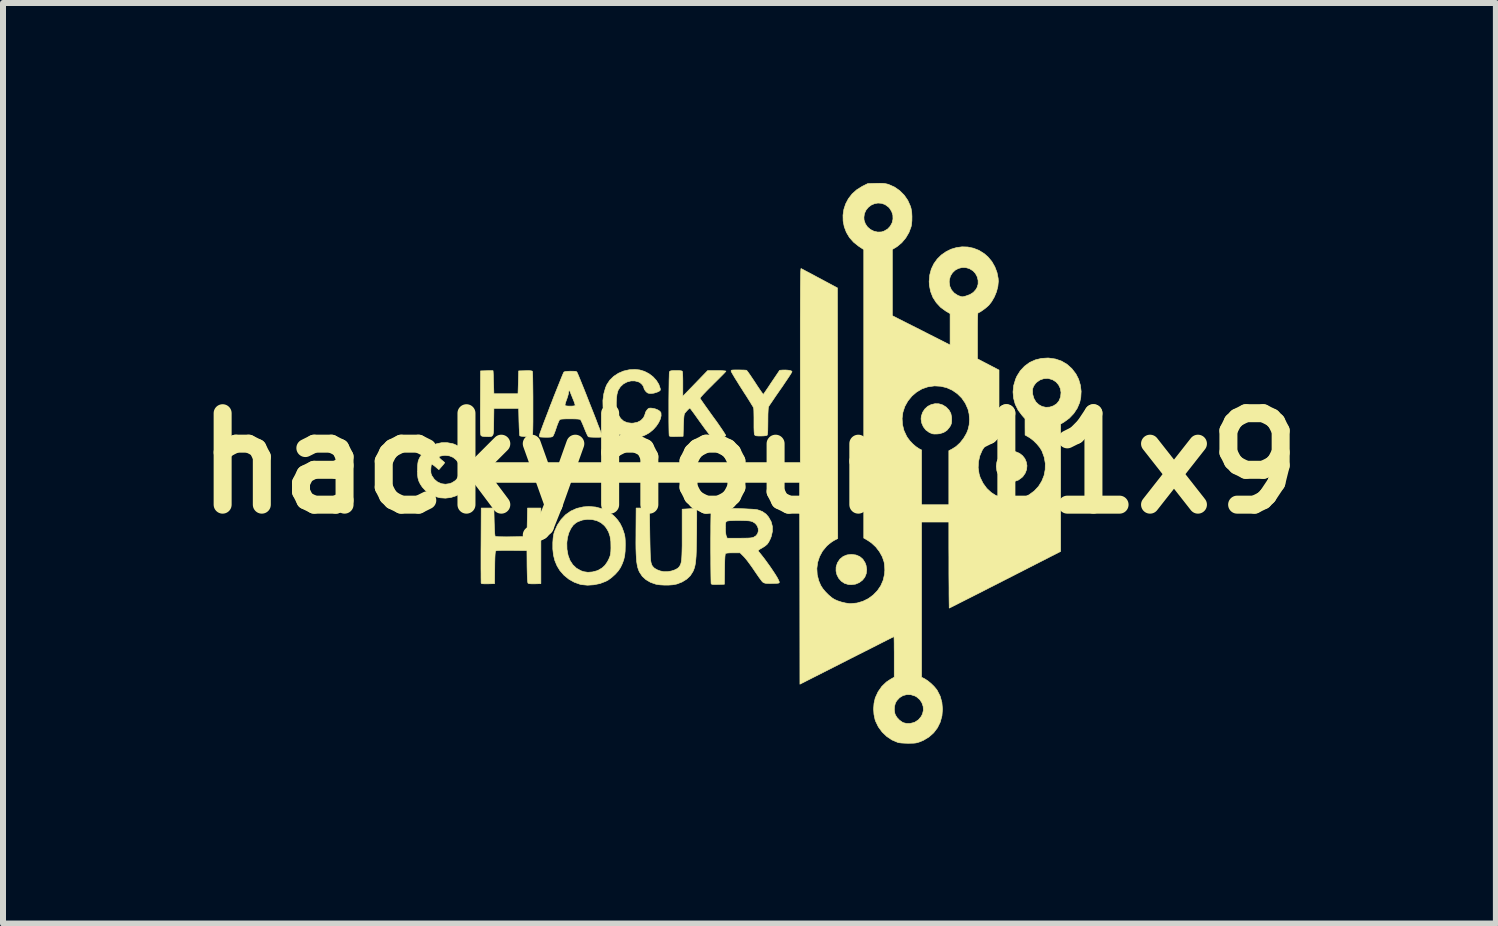
<source format=kicad_pcb>
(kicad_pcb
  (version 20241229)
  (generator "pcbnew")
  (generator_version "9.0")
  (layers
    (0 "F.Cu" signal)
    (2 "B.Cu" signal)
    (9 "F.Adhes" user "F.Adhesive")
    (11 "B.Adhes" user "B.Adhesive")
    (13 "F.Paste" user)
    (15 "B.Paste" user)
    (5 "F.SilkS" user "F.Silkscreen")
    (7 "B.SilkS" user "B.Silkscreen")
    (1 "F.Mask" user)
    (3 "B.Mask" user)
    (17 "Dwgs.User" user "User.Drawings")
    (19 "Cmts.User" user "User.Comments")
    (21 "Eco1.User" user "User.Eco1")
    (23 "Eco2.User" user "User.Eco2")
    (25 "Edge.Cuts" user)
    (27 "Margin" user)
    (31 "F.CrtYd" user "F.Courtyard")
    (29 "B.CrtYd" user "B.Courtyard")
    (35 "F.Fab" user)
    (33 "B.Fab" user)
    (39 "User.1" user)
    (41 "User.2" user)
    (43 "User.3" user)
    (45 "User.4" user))
  (footprint "hackyhour_11x9"
    (layer "F.Cu")
    (at 9.442 4.672)
    (property "Reference" "hackyhour_11x9" (at 0 0 0) (layer "F.SilkS") (effects (font (size 1.524 1.524) (thickness 0.3))))
    (attr through_hole)
    (fp_poly (pts (xy 1.774 1.528) (xy 1.838 1.555) (xy 1.889 1.598) (xy 1.927 1.658) (xy 1.943 1.701) (xy 1.954 1.772) (xy 1.946 1.839) (xy 1.922 1.899) (xy 1.882 1.949) (xy 1.83 1.988) (xy 1.768 2.014) (xy 1.697 2.023) (xy 1.648 2.02) (xy 1.585 2.001) (xy 1.531 1.965) (xy 1.488 1.917) (xy 1.458 1.859) (xy 1.443 1.796) (xy 1.444 1.73) (xy 1.464 1.666) (xy 1.467 1.658) (xy 1.508 1.597) (xy 1.562 1.553) (xy 1.626 1.527) (xy 1.699 1.519) (xy 1.774 1.528)) (stroke (width 0.01) (type solid)) (fill yes) (layer "F.SilkS"))
    (fp_poly (pts (xy 4.439 -0.192) (xy 4.501 -0.166) (xy 4.551 -0.127) (xy 4.59 -0.078) (xy 4.614 -0.021) (xy 4.625 0.04) (xy 4.619 0.103) (xy 4.596 0.164) (xy 4.556 0.222) (xy 4.541 0.236) (xy 4.481 0.28) (xy 4.415 0.303) (xy 4.346 0.306) (xy 4.276 0.289) (xy 4.26 0.282) (xy 4.197 0.242) (xy 4.151 0.191) (xy 4.124 0.129) (xy 4.114 0.054) (xy 4.114 0.047) (xy 4.124 -0.024) (xy 4.152 -0.087) (xy 4.195 -0.138) (xy 4.251 -0.175) (xy 4.318 -0.197) (xy 4.368 -0.201) (xy 4.439 -0.192)) (stroke (width 0.01) (type solid)) (fill yes) (layer "F.SilkS"))
    (fp_poly (pts (xy 3.156 -0.992) (xy 3.219 -0.973) (xy 3.279 -0.936) (xy 3.281 -0.934) (xy 3.327 -0.885) (xy 3.356 -0.832) (xy 3.369 -0.769) (xy 3.37 -0.735) (xy 3.369 -0.691) (xy 3.364 -0.66) (xy 3.353 -0.632) (xy 3.339 -0.608) (xy 3.294 -0.552) (xy 3.237 -0.514) (xy 3.169 -0.493) (xy 3.128 -0.489) (xy 3.085 -0.488) (xy 3.053 -0.491) (xy 3.024 -0.502) (xy 2.995 -0.515) (xy 2.94 -0.555) (xy 2.898 -0.609) (xy 2.871 -0.671) (xy 2.86 -0.738) (xy 2.864 -0.782) (xy 2.886 -0.849) (xy 2.923 -0.905) (xy 2.971 -0.949) (xy 3.028 -0.978) (xy 3.091 -0.993) (xy 3.156 -0.992)) (stroke (width 0.01) (type solid)) (fill yes) (layer "F.SilkS"))
    (fp_poly (pts (xy -4.255 0.976) (xy -4.252 1.056) (xy -4.249 1.122) (xy -4.246 1.172) (xy -4.242 1.204) (xy -4.238 1.217) (xy -4.223 1.221) (xy -4.187 1.224) (xy -4.129 1.225) (xy -4.051 1.226) (xy -3.968 1.225) (xy -3.709 1.222) (xy -3.704 0.984) (xy -3.699 0.746) (xy -3.477 0.746) (xy -3.477 2.006) (xy -3.578 2.009) (xy -3.63 2.009) (xy -3.665 2.007) (xy -3.685 2.002) (xy -3.692 1.997) (xy -3.696 1.981) (xy -3.7 1.945) (xy -3.703 1.887) (xy -3.705 1.81) (xy -3.707 1.719) (xy -3.709 1.455) (xy -3.965 1.452) (xy -4.048 1.452) (xy -4.113 1.452) (xy -4.161 1.453) (xy -4.195 1.454) (xy -4.216 1.457) (xy -4.229 1.461) (xy -4.232 1.464) (xy -4.236 1.48) (xy -4.24 1.518) (xy -4.243 1.576) (xy -4.245 1.655) (xy -4.246 1.742) (xy -4.249 2.006) (xy -4.358 2.009) (xy -4.411 2.009) (xy -4.446 2.008) (xy -4.465 2.004) (xy -4.472 1.998) (xy -4.473 1.985) (xy -4.473 1.953) (xy -4.474 1.904) (xy -4.474 1.839) (xy -4.475 1.76) (xy -4.475 1.67) (xy -4.475 1.571) (xy -4.475 1.463) (xy -4.474 1.365) (xy -4.471 0.746) (xy -4.26 0.746) (xy -4.255 0.976)) (stroke (width 0.01) (type solid)) (fill yes) (layer "F.SilkS"))
    (fp_poly (pts (xy -4.278 -1.544) (xy -4.274 -1.543) (xy -4.273 -1.532) (xy -4.271 -1.503) (xy -4.269 -1.46) (xy -4.268 -1.406) (xy -4.266 -1.349) (xy -4.26 -1.159) (xy -3.858 -1.159) (xy -3.852 -1.349) (xy -3.847 -1.54) (xy -3.737 -1.543) (xy -3.682 -1.544) (xy -3.646 -1.542) (xy -3.625 -1.538) (xy -3.618 -1.532) (xy -3.616 -1.519) (xy -3.615 -1.487) (xy -3.613 -1.438) (xy -3.612 -1.374) (xy -3.611 -1.297) (xy -3.61 -1.21) (xy -3.609 -1.113) (xy -3.609 -1.01) (xy -3.609 -0.993) (xy -3.609 -0.874) (xy -3.609 -0.774) (xy -3.609 -0.692) (xy -3.61 -0.626) (xy -3.611 -0.574) (xy -3.612 -0.534) (xy -3.613 -0.505) (xy -3.615 -0.485) (xy -3.618 -0.471) (xy -3.621 -0.463) (xy -3.625 -0.458) (xy -3.63 -0.455) (xy -3.631 -0.454) (xy -3.652 -0.449) (xy -3.685 -0.447) (xy -3.726 -0.446) (xy -3.767 -0.448) (xy -3.801 -0.451) (xy -3.824 -0.456) (xy -3.828 -0.459) (xy -3.831 -0.471) (xy -3.833 -0.502) (xy -3.836 -0.547) (xy -3.839 -0.604) (xy -3.841 -0.669) (xy -3.842 -0.691) (xy -3.847 -0.915) (xy -4.26 -0.915) (xy -4.263 -0.693) (xy -4.264 -0.614) (xy -4.265 -0.554) (xy -4.268 -0.51) (xy -4.274 -0.48) (xy -4.284 -0.461) (xy -4.299 -0.45) (xy -4.32 -0.445) (xy -4.349 -0.444) (xy -4.376 -0.445) (xy -4.419 -0.446) (xy -4.453 -0.451) (xy -4.47 -0.458) (xy -4.474 -0.462) (xy -4.477 -0.469) (xy -4.48 -0.482) (xy -4.482 -0.501) (xy -4.484 -0.528) (xy -4.485 -0.566) (xy -4.485 -0.615) (xy -4.486 -0.678) (xy -4.486 -0.757) (xy -4.486 -0.852) (xy -4.485 -0.967) (xy -4.485 -1.005) (xy -4.482 -1.54) (xy -4.379 -1.543) (xy -4.335 -1.544) (xy -4.3 -1.544) (xy -4.278 -1.544)) (stroke (width 0.01) (type solid)) (fill yes) (layer "F.SilkS"))
    (fp_poly (pts (xy -0.887 0.746) (xy -0.884 0.753) (xy -0.882 0.767) (xy -0.88 0.789) (xy -0.879 0.822) (xy -0.879 0.867) (xy -0.879 0.926) (xy -0.88 1.002) (xy -0.88 1.095) (xy -0.881 1.171) (xy -0.883 1.292) (xy -0.885 1.394) (xy -0.887 1.48) (xy -0.89 1.551) (xy -0.895 1.609) (xy -0.9 1.658) (xy -0.907 1.698) (xy -0.915 1.733) (xy -0.925 1.763) (xy -0.937 1.793) (xy -0.944 1.807) (xy -0.987 1.874) (xy -1.047 1.931) (xy -1.123 1.978) (xy -1.211 2.012) (xy -1.225 2.015) (xy -1.28 2.025) (xy -1.348 2.03) (xy -1.421 2.03) (xy -1.491 2.026) (xy -1.551 2.017) (xy -1.558 2.016) (xy -1.648 1.985) (xy -1.725 1.94) (xy -1.787 1.883) (xy -1.832 1.815) (xy -1.837 1.806) (xy -1.851 1.771) (xy -1.863 1.734) (xy -1.872 1.691) (xy -1.88 1.64) (xy -1.885 1.58) (xy -1.889 1.509) (xy -1.892 1.423) (xy -1.893 1.322) (xy -1.892 1.202) (xy -1.892 1.143) (xy -1.889 0.746) (xy -1.667 0.746) (xy -1.661 1.185) (xy -1.659 1.298) (xy -1.657 1.392) (xy -1.655 1.469) (xy -1.653 1.531) (xy -1.65 1.581) (xy -1.647 1.619) (xy -1.642 1.649) (xy -1.636 1.672) (xy -1.629 1.691) (xy -1.621 1.708) (xy -1.613 1.719) (xy -1.584 1.749) (xy -1.539 1.775) (xy -1.485 1.795) (xy -1.428 1.807) (xy -1.422 1.807) (xy -1.364 1.806) (xy -1.304 1.796) (xy -1.248 1.778) (xy -1.203 1.755) (xy -1.183 1.739) (xy -1.169 1.722) (xy -1.157 1.704) (xy -1.147 1.683) (xy -1.139 1.656) (xy -1.133 1.622) (xy -1.129 1.579) (xy -1.126 1.524) (xy -1.124 1.456) (xy -1.122 1.372) (xy -1.122 1.271) (xy -1.122 1.18) (xy -1.122 0.765) (xy -1.019 0.759) (xy -0.972 0.756) (xy -0.932 0.752) (xy -0.904 0.748) (xy -0.896 0.746) (xy -0.891 0.745) (xy -0.887 0.746)) (stroke (width 0.01) (type solid)) (fill yes) (layer "F.SilkS"))
    (fp_poly (pts (xy -2.566 0.729) (xy -2.46 0.757) (xy -2.363 0.801) (xy -2.277 0.862) (xy -2.247 0.89) (xy -2.195 0.948) (xy -2.155 1.007) (xy -2.122 1.074) (xy -2.099 1.138) (xy -2.087 1.175) (xy -2.079 1.208) (xy -2.074 1.243) (xy -2.071 1.285) (xy -2.07 1.339) (xy -2.07 1.371) (xy -2.072 1.463) (xy -2.08 1.54) (xy -2.096 1.609) (xy -2.121 1.676) (xy -2.151 1.739) (xy -2.187 1.793) (xy -2.238 1.85) (xy -2.297 1.903) (xy -2.357 1.947) (xy -2.395 1.967) (xy -2.491 2.004) (xy -2.595 2.025) (xy -2.699 2.032) (xy -2.799 2.022) (xy -2.823 2.017) (xy -2.919 1.983) (xy -3.01 1.932) (xy -3.092 1.865) (xy -3.16 1.787) (xy -3.207 1.71) (xy -3.244 1.622) (xy -3.267 1.53) (xy -3.278 1.429) (xy -3.278 1.323) (xy -3.278 1.321) (xy -3.044 1.321) (xy -3.042 1.433) (xy -3.024 1.533) (xy -2.992 1.619) (xy -2.945 1.691) (xy -2.884 1.749) (xy -2.809 1.791) (xy -2.763 1.807) (xy -2.693 1.817) (xy -2.617 1.811) (xy -2.541 1.791) (xy -2.512 1.778) (xy -2.454 1.743) (xy -2.407 1.699) (xy -2.367 1.641) (xy -2.345 1.599) (xy -2.331 1.566) (xy -2.321 1.537) (xy -2.315 1.507) (xy -2.311 1.468) (xy -2.309 1.414) (xy -2.309 1.406) (xy -2.311 1.304) (xy -2.324 1.217) (xy -2.349 1.142) (xy -2.388 1.076) (xy -2.42 1.037) (xy -2.476 0.99) (xy -2.545 0.956) (xy -2.621 0.938) (xy -2.701 0.934) (xy -2.781 0.945) (xy -2.857 0.972) (xy -2.891 0.991) (xy -2.938 1.031) (xy -2.978 1.089) (xy -3.011 1.159) (xy -3.033 1.238) (xy -3.044 1.321) (xy -3.278 1.321) (xy -3.272 1.243) (xy -3.262 1.18) (xy -3.251 1.14) (xy -3.202 1.03) (xy -3.139 0.936) (xy -3.064 0.857) (xy -2.977 0.796) (xy -2.879 0.752) (xy -2.772 0.727) (xy -2.677 0.72) (xy -2.566 0.729)) (stroke (width 0.01) (type solid)) (fill yes) (layer "F.SilkS"))
    (fp_poly (pts (xy -0.137 -1.555) (xy -0.094 -1.554) (xy -0.063 -1.552) (xy -0.049 -1.55) (xy -0.039 -1.539) (xy -0.02 -1.514) (xy 0.007 -1.476) (xy 0.04 -1.427) (xy 0.077 -1.372) (xy 0.096 -1.343) (xy 0.133 -1.286) (xy 0.167 -1.236) (xy 0.195 -1.195) (xy 0.217 -1.165) (xy 0.229 -1.15) (xy 0.232 -1.149) (xy 0.239 -1.159) (xy 0.257 -1.185) (xy 0.282 -1.222) (xy 0.315 -1.27) (xy 0.351 -1.325) (xy 0.37 -1.353) (xy 0.503 -1.55) (xy 0.55 -1.554) (xy 0.598 -1.555) (xy 0.642 -1.552) (xy 0.679 -1.546) (xy 0.702 -1.537) (xy 0.709 -1.528) (xy 0.703 -1.516) (xy 0.687 -1.488) (xy 0.661 -1.448) (xy 0.627 -1.397) (xy 0.587 -1.338) (xy 0.543 -1.272) (xy 0.52 -1.24) (xy 0.473 -1.172) (xy 0.429 -1.109) (xy 0.391 -1.052) (xy 0.359 -1.005) (xy 0.335 -0.97) (xy 0.322 -0.949) (xy 0.319 -0.945) (xy 0.314 -0.924) (xy 0.311 -0.882) (xy 0.308 -0.819) (xy 0.307 -0.736) (xy 0.307 -0.701) (xy 0.306 -0.618) (xy 0.305 -0.555) (xy 0.303 -0.51) (xy 0.299 -0.482) (xy 0.295 -0.468) (xy 0.294 -0.468) (xy 0.276 -0.461) (xy 0.24 -0.457) (xy 0.189 -0.455) (xy 0.143 -0.456) (xy 0.115 -0.458) (xy 0.098 -0.463) (xy 0.088 -0.471) (xy 0.084 -0.477) (xy 0.08 -0.497) (xy 0.077 -0.537) (xy 0.075 -0.596) (xy 0.075 -0.672) (xy 0.075 -0.702) (xy 0.075 -0.766) (xy 0.074 -0.825) (xy 0.073 -0.873) (xy 0.071 -0.908) (xy 0.068 -0.926) (xy 0.068 -0.926) (xy 0.061 -0.94) (xy 0.043 -0.969) (xy 0.017 -1.012) (xy -0.016 -1.065) (xy -0.055 -1.127) (xy -0.099 -1.194) (xy -0.12 -1.228) (xy -0.165 -1.298) (xy -0.205 -1.363) (xy -0.241 -1.42) (xy -0.27 -1.469) (xy -0.291 -1.505) (xy -0.303 -1.527) (xy -0.305 -1.532) (xy -0.306 -1.542) (xy -0.303 -1.549) (xy -0.292 -1.553) (xy -0.269 -1.555) (xy -0.232 -1.556) (xy -0.187 -1.556) (xy -0.137 -1.555)) (stroke (width 0.01) (type solid)) (fill yes) (layer "F.SilkS"))
    (fp_poly (pts (xy -1.83 -1.556) (xy -1.75 -1.532) (xy -1.675 -1.493) (xy -1.608 -1.442) (xy -1.552 -1.381) (xy -1.511 -1.315) (xy -1.487 -1.245) (xy -1.487 -1.244) (xy -1.485 -1.225) (xy -1.491 -1.212) (xy -1.509 -1.2) (xy -1.534 -1.188) (xy -1.593 -1.169) (xy -1.641 -1.164) (xy -1.676 -1.166) (xy -1.7 -1.174) (xy -1.721 -1.192) (xy -1.726 -1.197) (xy -1.745 -1.222) (xy -1.756 -1.243) (xy -1.757 -1.247) (xy -1.766 -1.279) (xy -1.789 -1.313) (xy -1.821 -1.342) (xy -1.844 -1.355) (xy -1.909 -1.373) (xy -1.975 -1.373) (xy -2.04 -1.356) (xy -2.1 -1.324) (xy -2.15 -1.278) (xy -2.187 -1.221) (xy -2.195 -1.2) (xy -2.208 -1.152) (xy -2.216 -1.091) (xy -2.22 -1.024) (xy -2.22 -0.959) (xy -2.215 -0.904) (xy -2.212 -0.888) (xy -2.185 -0.808) (xy -2.147 -0.747) (xy -2.098 -0.703) (xy -2.037 -0.677) (xy -1.965 -0.668) (xy -1.934 -0.67) (xy -1.867 -0.684) (xy -1.811 -0.713) (xy -1.77 -0.755) (xy -1.758 -0.776) (xy -1.745 -0.807) (xy -1.737 -0.831) (xy -1.736 -0.839) (xy -1.729 -0.857) (xy -1.713 -0.882) (xy -1.707 -0.889) (xy -1.689 -0.909) (xy -1.672 -0.918) (xy -1.648 -0.92) (xy -1.624 -0.918) (xy -1.573 -0.908) (xy -1.528 -0.89) (xy -1.494 -0.868) (xy -1.476 -0.843) (xy -1.475 -0.841) (xy -1.473 -0.791) (xy -1.487 -0.735) (xy -1.515 -0.676) (xy -1.555 -0.617) (xy -1.605 -0.562) (xy -1.661 -0.515) (xy -1.723 -0.478) (xy -1.728 -0.476) (xy -1.765 -0.459) (xy -1.797 -0.449) (xy -1.83 -0.442) (xy -1.872 -0.439) (xy -1.915 -0.437) (xy -1.997 -0.438) (xy -2.059 -0.444) (xy -2.082 -0.45) (xy -2.174 -0.484) (xy -2.251 -0.532) (xy -2.315 -0.595) (xy -2.366 -0.674) (xy -2.406 -0.77) (xy -2.424 -0.83) (xy -2.441 -0.937) (xy -2.443 -1.048) (xy -2.428 -1.158) (xy -2.399 -1.261) (xy -2.376 -1.313) (xy -2.327 -1.387) (xy -2.262 -1.45) (xy -2.184 -1.501) (xy -2.097 -1.538) (xy -2.004 -1.559) (xy -1.907 -1.564) (xy -1.83 -1.556)) (stroke (width 0.01) (type solid)) (fill yes) (layer "F.SilkS"))
    (fp_poly (pts (xy -0.49 -1.545) (xy -0.444 -1.543) (xy -0.411 -1.54) (xy -0.393 -1.537) (xy -0.392 -1.536) (xy -0.399 -1.526) (xy -0.419 -1.504) (xy -0.451 -1.471) (xy -0.493 -1.429) (xy -0.542 -1.38) (xy -0.597 -1.326) (xy -0.609 -1.313) (xy -0.67 -1.253) (xy -0.723 -1.199) (xy -0.766 -1.154) (xy -0.798 -1.119) (xy -0.818 -1.095) (xy -0.824 -1.084) (xy -0.817 -1.072) (xy -0.799 -1.045) (xy -0.771 -1.005) (xy -0.736 -0.955) (xy -0.693 -0.895) (xy -0.646 -0.829) (xy -0.605 -0.772) (xy -0.545 -0.69) (xy -0.495 -0.618) (xy -0.454 -0.558) (xy -0.423 -0.511) (xy -0.403 -0.479) (xy -0.395 -0.462) (xy -0.396 -0.46) (xy -0.408 -0.453) (xy -0.437 -0.448) (xy -0.476 -0.445) (xy -0.521 -0.444) (xy -0.566 -0.445) (xy -0.606 -0.448) (xy -0.636 -0.453) (xy -0.647 -0.458) (xy -0.659 -0.47) (xy -0.681 -0.497) (xy -0.711 -0.536) (xy -0.748 -0.585) (xy -0.789 -0.642) (xy -0.828 -0.696) (xy -0.871 -0.756) (xy -0.91 -0.811) (xy -0.943 -0.856) (xy -0.97 -0.892) (xy -0.987 -0.914) (xy -0.994 -0.921) (xy -1.005 -0.913) (xy -1.025 -0.895) (xy -1.049 -0.869) (xy -1.072 -0.842) (xy -1.08 -0.832) (xy -1.086 -0.818) (xy -1.091 -0.792) (xy -1.095 -0.752) (xy -1.098 -0.696) (xy -1.101 -0.631) (xy -1.106 -0.45) (xy -1.218 -0.447) (xy -1.27 -0.446) (xy -1.303 -0.447) (xy -1.324 -0.45) (xy -1.334 -0.455) (xy -1.338 -0.461) (xy -1.339 -0.476) (xy -1.341 -0.51) (xy -1.342 -0.56) (xy -1.343 -0.624) (xy -1.344 -0.698) (xy -1.344 -0.781) (xy -1.344 -0.869) (xy -1.344 -0.961) (xy -1.344 -1.054) (xy -1.343 -1.145) (xy -1.342 -1.232) (xy -1.341 -1.313) (xy -1.34 -1.384) (xy -1.338 -1.443) (xy -1.337 -1.488) (xy -1.335 -1.516) (xy -1.333 -1.525) (xy -1.326 -1.534) (xy -1.313 -1.54) (xy -1.29 -1.544) (xy -1.253 -1.545) (xy -1.223 -1.545) (xy -1.175 -1.545) (xy -1.144 -1.542) (xy -1.126 -1.538) (xy -1.118 -1.53) (xy -1.118 -1.528) (xy -1.116 -1.513) (xy -1.114 -1.48) (xy -1.112 -1.433) (xy -1.111 -1.376) (xy -1.111 -1.314) (xy -1.111 -1.117) (xy -0.904 -1.331) (xy -0.697 -1.545) (xy -0.544 -1.545) (xy -0.49 -1.545)) (stroke (width 0.01) (type solid)) (fill yes) (layer "F.SilkS"))
    (fp_poly (pts (xy -2.933 -1.534) (xy -2.904 -1.533) (xy -2.887 -1.529) (xy -2.877 -1.521) (xy -2.87 -1.508) (xy -2.869 -1.505) (xy -2.857 -1.478) (xy -2.839 -1.435) (xy -2.816 -1.379) (xy -2.789 -1.312) (xy -2.758 -1.236) (xy -2.725 -1.153) (xy -2.691 -1.066) (xy -2.656 -0.977) (xy -2.621 -0.889) (xy -2.587 -0.803) (xy -2.555 -0.721) (xy -2.527 -0.646) (xy -2.501 -0.581) (xy -2.481 -0.527) (xy -2.466 -0.486) (xy -2.457 -0.462) (xy -2.455 -0.455) (xy -2.457 -0.446) (xy -2.464 -0.439) (xy -2.48 -0.436) (xy -2.508 -0.434) (xy -2.554 -0.434) (xy -2.564 -0.434) (xy -2.611 -0.435) (xy -2.65 -0.437) (xy -2.677 -0.44) (xy -2.686 -0.443) (xy -2.695 -0.456) (xy -2.709 -0.484) (xy -2.727 -0.524) (xy -2.747 -0.572) (xy -2.75 -0.58) (xy -2.77 -0.629) (xy -2.789 -0.673) (xy -2.804 -0.706) (xy -2.814 -0.723) (xy -2.815 -0.724) (xy -2.823 -0.731) (xy -2.839 -0.735) (xy -2.866 -0.738) (xy -2.906 -0.74) (xy -2.963 -0.741) (xy -2.989 -0.741) (xy -3.052 -0.741) (xy -3.098 -0.739) (xy -3.128 -0.737) (xy -3.148 -0.734) (xy -3.16 -0.728) (xy -3.167 -0.722) (xy -3.176 -0.705) (xy -3.19 -0.673) (xy -3.207 -0.63) (xy -3.222 -0.585) (xy -3.239 -0.536) (xy -3.255 -0.494) (xy -3.269 -0.464) (xy -3.277 -0.45) (xy -3.292 -0.441) (xy -3.319 -0.436) (xy -3.363 -0.434) (xy -3.391 -0.434) (xy -3.435 -0.435) (xy -3.47 -0.437) (xy -3.492 -0.439) (xy -3.496 -0.441) (xy -3.503 -0.457) (xy -3.503 -0.463) (xy -3.499 -0.477) (xy -3.489 -0.509) (xy -3.472 -0.555) (xy -3.45 -0.615) (xy -3.424 -0.685) (xy -3.394 -0.763) (xy -3.362 -0.846) (xy -3.329 -0.934) (xy -3.316 -0.967) (xy -3.075 -0.967) (xy -3.075 -0.963) (xy -3.061 -0.958) (xy -3.033 -0.954) (xy -2.998 -0.953) (xy -2.96 -0.953) (xy -2.929 -0.956) (xy -2.909 -0.96) (xy -2.905 -0.963) (xy -2.907 -0.976) (xy -2.915 -1.004) (xy -2.929 -1.043) (xy -2.941 -1.071) (xy -2.959 -1.116) (xy -2.975 -1.155) (xy -2.986 -1.184) (xy -2.989 -1.193) (xy -2.999 -1.21) (xy -3.008 -1.209) (xy -3.015 -1.191) (xy -3.016 -1.175) (xy -3.02 -1.151) (xy -3.03 -1.115) (xy -3.044 -1.072) (xy -3.049 -1.06) (xy -3.063 -1.02) (xy -3.072 -0.987) (xy -3.075 -0.967) (xy -3.316 -0.967) (xy -3.294 -1.023) (xy -3.26 -1.112) (xy -3.226 -1.197) (xy -3.194 -1.277) (xy -3.165 -1.349) (xy -3.14 -1.412) (xy -3.119 -1.463) (xy -3.104 -1.499) (xy -3.094 -1.519) (xy -3.092 -1.521) (xy -3.072 -1.529) (xy -3.032 -1.533) (xy -2.979 -1.535) (xy -2.933 -1.534)) (stroke (width 0.01) (type solid)) (fill yes) (layer "F.SilkS"))
    (fp_poly (pts (xy -0.326 0.753) (xy -0.247 0.754) (xy -0.167 0.756) (xy -0.091 0.758) (xy -0.02 0.762) (xy 0.042 0.765) (xy 0.092 0.769) (xy 0.127 0.774) (xy 0.135 0.775) (xy 0.213 0.803) (xy 0.276 0.847) (xy 0.318 0.896) (xy 0.361 0.973) (xy 0.382 1.053) (xy 0.382 1.136) (xy 0.362 1.223) (xy 0.343 1.269) (xy 0.32 1.314) (xy 0.296 1.348) (xy 0.264 1.376) (xy 0.22 1.405) (xy 0.204 1.414) (xy 0.169 1.434) (xy 0.151 1.447) (xy 0.145 1.458) (xy 0.149 1.467) (xy 0.151 1.469) (xy 0.199 1.528) (xy 0.249 1.592) (xy 0.298 1.659) (xy 0.346 1.726) (xy 0.39 1.791) (xy 0.429 1.85) (xy 0.461 1.902) (xy 0.483 1.944) (xy 0.496 1.974) (xy 0.497 1.983) (xy 0.495 1.991) (xy 0.484 1.997) (xy 0.461 2) (xy 0.422 2.001) (xy 0.4 2.002) (xy 0.341 2.003) (xy 0.299 2.002) (xy 0.269 2) (xy 0.249 1.995) (xy 0.233 1.988) (xy 0.225 1.983) (xy 0.211 1.97) (xy 0.189 1.941) (xy 0.16 1.902) (xy 0.126 1.853) (xy 0.089 1.799) (xy 0.087 1.796) (xy 0.047 1.737) (xy 0.005 1.679) (xy -0.034 1.626) (xy -0.069 1.583) (xy -0.091 1.558) (xy -0.157 1.492) (xy -0.273 1.492) (xy -0.331 1.493) (xy -0.37 1.496) (xy -0.393 1.501) (xy -0.401 1.506) (xy -0.405 1.522) (xy -0.409 1.559) (xy -0.412 1.615) (xy -0.414 1.691) (xy -0.415 1.768) (xy -0.418 2.016) (xy -0.525 2.019) (xy -0.575 2.02) (xy -0.608 2.019) (xy -0.627 2.016) (xy -0.636 2.01) (xy -0.639 2.005) (xy -0.64 1.992) (xy -0.641 1.959) (xy -0.642 1.909) (xy -0.643 1.844) (xy -0.644 1.765) (xy -0.645 1.675) (xy -0.645 1.575) (xy -0.646 1.468) (xy -0.646 1.382) (xy -0.646 1.251) (xy -0.645 1.14) (xy -0.645 1.076) (xy -0.401 1.076) (xy -0.399 1.145) (xy -0.392 1.194) (xy -0.387 1.212) (xy -0.371 1.249) (xy -0.17 1.249) (xy -0.089 1.248) (xy -0.027 1.247) (xy 0.018 1.244) (xy 0.049 1.239) (xy 0.067 1.234) (xy 0.11 1.207) (xy 0.137 1.17) (xy 0.148 1.128) (xy 0.145 1.083) (xy 0.128 1.041) (xy 0.098 1.003) (xy 0.055 0.975) (xy 0.021 0.964) (xy -0.01 0.959) (xy -0.054 0.956) (xy -0.109 0.954) (xy -0.168 0.953) (xy -0.227 0.953) (xy -0.282 0.955) (xy -0.329 0.957) (xy -0.361 0.961) (xy -0.374 0.964) (xy -0.386 0.971) (xy -0.393 0.981) (xy -0.398 0.998) (xy -0.4 1.028) (xy -0.401 1.075) (xy -0.401 1.076) (xy -0.645 1.076) (xy -0.645 1.047) (xy -0.644 0.97) (xy -0.643 0.908) (xy -0.642 0.86) (xy -0.641 0.823) (xy -0.639 0.797) (xy -0.636 0.779) (xy -0.634 0.768) (xy -0.63 0.762) (xy -0.63 0.762) (xy -0.615 0.758) (xy -0.581 0.756) (xy -0.533 0.754) (xy -0.472 0.752) (xy -0.402 0.752) (xy -0.326 0.753)) (stroke (width 0.01) (type solid)) (fill yes) (layer "F.SilkS"))
    (fp_poly (pts (xy 2.219 -4.666) (xy 2.254 -4.663) (xy 2.284 -4.657) (xy 2.316 -4.649) (xy 2.323 -4.646) (xy 2.418 -4.604) (xy 2.504 -4.544) (xy 2.579 -4.469) (xy 2.639 -4.382) (xy 2.682 -4.286) (xy 2.693 -4.249) (xy 2.704 -4.188) (xy 2.708 -4.115) (xy 2.707 -4.041) (xy 2.7 -3.973) (xy 2.694 -3.944) (xy 2.658 -3.847) (xy 2.605 -3.757) (xy 2.538 -3.677) (xy 2.46 -3.612) (xy 2.444 -3.602) (xy 2.381 -3.564) (xy 2.381 -2.46) (xy 2.521 -2.389) (xy 2.565 -2.367) (xy 2.624 -2.337) (xy 2.695 -2.301) (xy 2.775 -2.261) (xy 2.86 -2.218) (xy 2.946 -2.174) (xy 3.003 -2.145) (xy 3.344 -1.972) (xy 3.344 -2.495) (xy 3.274 -2.536) (xy 3.187 -2.599) (xy 3.115 -2.676) (xy 3.058 -2.764) (xy 3.019 -2.863) (xy 2.998 -2.969) (xy 2.996 -3.022) (xy 3.329 -3.022) (xy 3.339 -2.951) (xy 3.367 -2.889) (xy 3.413 -2.837) (xy 3.473 -2.798) (xy 3.514 -2.783) (xy 3.533 -2.777) (xy 3.548 -2.775) (xy 3.564 -2.777) (xy 3.591 -2.784) (xy 3.604 -2.787) (xy 3.676 -2.813) (xy 3.731 -2.848) (xy 3.774 -2.896) (xy 3.794 -2.931) (xy 3.811 -2.987) (xy 3.811 -3.048) (xy 3.796 -3.109) (xy 3.766 -3.165) (xy 3.727 -3.207) (xy 3.668 -3.244) (xy 3.606 -3.262) (xy 3.543 -3.263) (xy 3.483 -3.248) (xy 3.429 -3.219) (xy 3.384 -3.176) (xy 3.35 -3.123) (xy 3.332 -3.059) (xy 3.329 -3.022) (xy 2.996 -3.022) (xy 2.995 -3.032) (xy 3.005 -3.14) (xy 3.031 -3.238) (xy 3.074 -3.327) (xy 3.13 -3.405) (xy 3.198 -3.472) (xy 3.275 -3.526) (xy 3.359 -3.568) (xy 3.449 -3.595) (xy 3.543 -3.608) (xy 3.638 -3.605) (xy 3.733 -3.585) (xy 3.825 -3.549) (xy 3.913 -3.494) (xy 3.977 -3.438) (xy 4.04 -3.362) (xy 4.09 -3.274) (xy 4.126 -3.179) (xy 4.145 -3.082) (xy 4.148 -3.032) (xy 4.14 -2.948) (xy 4.117 -2.859) (xy 4.081 -2.772) (xy 4.036 -2.694) (xy 3.992 -2.638) (xy 3.961 -2.609) (xy 3.924 -2.578) (xy 3.885 -2.55) (xy 3.85 -2.526) (xy 3.823 -2.512) (xy 3.811 -2.508) (xy 3.807 -2.499) (xy 3.804 -2.47) (xy 3.802 -2.421) (xy 3.801 -2.353) (xy 3.8 -2.264) (xy 3.8 -2.154) (xy 3.8 -2.125) (xy 3.8 -1.741) (xy 4.159 -1.554) (xy 4.159 -0.479) (xy 4.089 -0.438) (xy 4.005 -0.377) (xy 3.934 -0.303) (xy 3.879 -0.217) (xy 3.839 -0.124) (xy 3.817 -0.026) (xy 3.812 0.075) (xy 3.827 0.176) (xy 3.845 0.236) (xy 3.893 0.333) (xy 3.955 0.418) (xy 4.029 0.487) (xy 4.113 0.541) (xy 4.204 0.58) (xy 4.3 0.601) (xy 4.4 0.605) (xy 4.501 0.59) (xy 4.6 0.556) (xy 4.662 0.524) (xy 4.748 0.46) (xy 4.818 0.385) (xy 4.872 0.298) (xy 4.91 0.204) (xy 4.929 0.105) (xy 4.931 0.002) (xy 4.913 -0.101) (xy 4.876 -0.202) (xy 4.873 -0.209) (xy 4.838 -0.265) (xy 4.789 -0.324) (xy 4.733 -0.379) (xy 4.676 -0.423) (xy 4.658 -0.434) (xy 4.594 -0.471) (xy 4.593 -0.607) (xy 4.593 -0.743) (xy 4.545 -0.797) (xy 4.478 -0.886) (xy 4.43 -0.983) (xy 4.402 -1.085) (xy 4.393 -1.188) (xy 4.717 -1.188) (xy 4.72 -1.152) (xy 4.74 -1.082) (xy 4.774 -1.023) (xy 4.821 -0.978) (xy 4.877 -0.947) (xy 4.94 -0.933) (xy 5.006 -0.937) (xy 5.065 -0.957) (xy 5.12 -0.992) (xy 5.159 -1.04) (xy 5.184 -1.102) (xy 5.186 -1.109) (xy 5.193 -1.181) (xy 5.181 -1.248) (xy 5.152 -1.308) (xy 5.109 -1.357) (xy 5.052 -1.393) (xy 4.985 -1.413) (xy 4.972 -1.415) (xy 4.906 -1.411) (xy 4.842 -1.389) (xy 4.786 -1.35) (xy 4.767 -1.33) (xy 4.736 -1.286) (xy 4.719 -1.241) (xy 4.717 -1.188) (xy 4.393 -1.188) (xy 4.393 -1.191) (xy 4.404 -1.297) (xy 4.436 -1.403) (xy 4.457 -1.451) (xy 4.514 -1.542) (xy 4.586 -1.619) (xy 4.669 -1.68) (xy 4.763 -1.723) (xy 4.865 -1.748) (xy 4.975 -1.755) (xy 4.99 -1.754) (xy 5.101 -1.738) (xy 5.202 -1.703) (xy 5.292 -1.65) (xy 5.372 -1.579) (xy 5.441 -1.489) (xy 5.441 -1.489) (xy 5.486 -1.401) (xy 5.515 -1.303) (xy 5.528 -1.2) (xy 5.522 -1.098) (xy 5.504 -1.014) (xy 5.463 -0.918) (xy 5.405 -0.83) (xy 5.331 -0.752) (xy 5.245 -0.689) (xy 5.236 -0.683) (xy 5.186 -0.654) (xy 5.186 1.469) (xy 4.262 1.941) (xy 4.131 2.008) (xy 4.006 2.071) (xy 3.888 2.132) (xy 3.777 2.188) (xy 3.676 2.239) (xy 3.585 2.285) (xy 3.506 2.325) (xy 3.44 2.359) (xy 3.388 2.385) (xy 3.352 2.403) (xy 3.333 2.412) (xy 3.33 2.413) (xy 3.329 2.403) (xy 3.329 2.372) (xy 3.328 2.323) (xy 3.327 2.257) (xy 3.326 2.175) (xy 3.326 2.078) (xy 3.325 1.967) (xy 3.324 1.844) (xy 3.324 1.71) (xy 3.324 1.567) (xy 3.323 1.415) (xy 3.323 1.256) (xy 3.323 1.101) (xy 3.323 -0.21) (xy 3.373 -0.235) (xy 3.444 -0.28) (xy 3.511 -0.342) (xy 3.57 -0.417) (xy 3.618 -0.499) (xy 3.642 -0.559) (xy 3.662 -0.641) (xy 3.668 -0.731) (xy 3.661 -0.821) (xy 3.642 -0.902) (xy 3.598 -1.001) (xy 3.538 -1.088) (xy 3.465 -1.16) (xy 3.381 -1.218) (xy 3.288 -1.26) (xy 3.188 -1.284) (xy 3.084 -1.29) (xy 2.977 -1.275) (xy 2.975 -1.275) (xy 2.876 -1.241) (xy 2.785 -1.187) (xy 2.709 -1.122) (xy 2.64 -1.038) (xy 2.589 -0.947) (xy 2.557 -0.849) (xy 2.544 -0.748) (xy 2.55 -0.646) (xy 2.575 -0.545) (xy 2.62 -0.449) (xy 2.634 -0.427) (xy 2.673 -0.375) (xy 2.721 -0.324) (xy 2.773 -0.279) (xy 2.822 -0.246) (xy 2.828 -0.242) (xy 2.868 -0.222) (xy 2.868 3.566) (xy 2.92 3.592) (xy 2.971 3.625) (xy 3.026 3.67) (xy 3.078 3.721) (xy 3.121 3.773) (xy 3.129 3.785) (xy 3.178 3.881) (xy 3.207 3.985) (xy 3.217 4.096) (xy 3.217 4.098) (xy 3.208 4.21) (xy 3.179 4.315) (xy 3.133 4.409) (xy 3.07 4.492) (xy 2.991 4.562) (xy 2.898 4.618) (xy 2.84 4.642) (xy 2.807 4.653) (xy 2.775 4.661) (xy 2.738 4.665) (xy 2.692 4.666) (xy 2.643 4.667) (xy 2.585 4.665) (xy 2.533 4.662) (xy 2.492 4.657) (xy 2.471 4.652) (xy 2.375 4.611) (xy 2.287 4.552) (xy 2.211 4.479) (xy 2.148 4.393) (xy 2.102 4.298) (xy 2.093 4.271) (xy 2.075 4.185) (xy 2.07 4.11) (xy 2.414 4.11) (xy 2.423 4.169) (xy 2.433 4.196) (xy 2.46 4.239) (xy 2.5 4.281) (xy 2.546 4.314) (xy 2.566 4.324) (xy 2.619 4.337) (xy 2.679 4.336) (xy 2.74 4.321) (xy 2.758 4.314) (xy 2.817 4.275) (xy 2.862 4.221) (xy 2.884 4.178) (xy 2.899 4.116) (xy 2.895 4.053) (xy 2.874 3.992) (xy 2.838 3.938) (xy 2.788 3.895) (xy 2.758 3.878) (xy 2.69 3.857) (xy 2.622 3.855) (xy 2.558 3.872) (xy 2.502 3.906) (xy 2.455 3.957) (xy 2.433 3.995) (xy 2.418 4.049) (xy 2.414 4.11) (xy 2.07 4.11) (xy 2.069 4.092) (xy 2.076 4) (xy 2.095 3.917) (xy 2.097 3.909) (xy 2.144 3.808) (xy 2.206 3.719) (xy 2.283 3.645) (xy 2.354 3.598) (xy 2.413 3.565) (xy 2.413 3.227) (xy 2.413 3.145) (xy 2.412 3.07) (xy 2.412 3.005) (xy 2.411 2.952) (xy 2.41 2.914) (xy 2.409 2.893) (xy 2.408 2.889) (xy 2.398 2.894) (xy 2.371 2.907) (xy 2.327 2.929) (xy 2.269 2.958) (xy 2.198 2.994) (xy 2.114 3.037) (xy 2.021 3.084) (xy 1.918 3.136) (xy 1.807 3.192) (xy 1.69 3.251) (xy 1.622 3.286) (xy 0.841 3.682) (xy 0.839 2) (xy 0.836 0.317) (xy -1.914 0.318) (xy -4.665 0.318) (xy -4.671 0.343) (xy -4.682 0.363) (xy -4.702 0.393) (xy -4.73 0.426) (xy -4.737 0.433) (xy -4.809 0.496) (xy -4.89 0.542) (xy -4.977 0.57) (xy -5.067 0.581) (xy -5.157 0.575) (xy -5.244 0.552) (xy -5.327 0.511) (xy -5.401 0.454) (xy -5.453 0.397) (xy -5.487 0.346) (xy -5.511 0.297) (xy -5.526 0.245) (xy -5.533 0.183) (xy -5.533 0.14) (xy -5.312 0.14) (xy -5.307 0.174) (xy -5.295 0.204) (xy -5.294 0.207) (xy -5.252 0.268) (xy -5.198 0.312) (xy -5.135 0.34) (xy -5.068 0.349) (xy -4.997 0.339) (xy -4.956 0.323) (xy -4.899 0.286) (xy -4.857 0.236) (xy -4.829 0.178) (xy -4.819 0.114) (xy -4.827 0.049) (xy -4.843 0.007) (xy -4.885 -0.054) (xy -4.938 -0.098) (xy -5.002 -0.124) (xy -5.074 -0.132) (xy -5.111 -0.128) (xy -5.152 -0.12) (xy -5.173 -0.11) (xy -5.173 -0.096) (xy -5.155 -0.076) (xy -5.134 -0.057) (xy -5.106 -0.035) (xy -5.087 -0.018) (xy -5.08 -0.01) (xy -5.087 -0.00031) (xy -5.103 0.021) (xy -5.127 0.049) (xy -5.129 0.051) (xy -5.177 0.106) (xy -5.235 0.057) (xy -5.264 0.034) (xy -5.287 0.019) (xy -5.299 0.015) (xy -5.3 0.015) (xy -5.304 0.029) (xy -5.308 0.057) (xy -5.311 0.094) (xy -5.312 0.14) (xy -5.533 0.14) (xy -5.533 0.107) (xy -5.533 0.101) (xy -5.531 0.045) (xy -5.528 0.004) (xy -5.523 -0.027) (xy -5.515 -0.053) (xy -5.503 -0.081) (xy -5.499 -0.09) (xy -5.449 -0.169) (xy -5.384 -0.235) (xy -5.308 -0.287) (xy -5.223 -0.323) (xy -5.133 -0.343) (xy -5.04 -0.344) (xy -4.947 -0.327) (xy -4.917 -0.317) (xy -4.838 -0.278) (xy -4.766 -0.225) (xy -4.706 -0.162) (xy -4.662 -0.093) (xy -4.649 -0.061) (xy -4.631 -0.011) (xy 0.847 -0.011) (xy 0.847 -1.631) (xy 0.847 -1.855) (xy 0.847 -2.059) (xy 0.847 -2.243) (xy 0.847 -2.408) (xy 0.848 -2.556) (xy 0.848 -2.687) (xy 0.849 -2.801) (xy 0.849 -2.9) (xy 0.85 -2.985) (xy 0.851 -3.056) (xy 0.852 -3.115) (xy 0.853 -3.162) (xy 0.854 -3.197) (xy 0.856 -3.222) (xy 0.857 -3.238) (xy 0.859 -3.245) (xy 0.86 -3.246) (xy 0.872 -3.24) (xy 0.901 -3.225) (xy 0.943 -3.202) (xy 0.997 -3.174) (xy 1.061 -3.14) (xy 1.131 -3.102) (xy 1.169 -3.082) (xy 1.466 -2.923) (xy 1.471 1.254) (xy 1.41 1.286) (xy 1.373 1.309) (xy 1.33 1.342) (xy 1.289 1.377) (xy 1.284 1.383) (xy 1.217 1.464) (xy 1.168 1.555) (xy 1.136 1.652) (xy 1.123 1.754) (xy 1.129 1.857) (xy 1.155 1.959) (xy 1.188 2.036) (xy 1.222 2.089) (xy 1.268 2.144) (xy 1.321 2.197) (xy 1.375 2.242) (xy 1.415 2.268) (xy 1.469 2.292) (xy 1.533 2.313) (xy 1.601 2.329) (xy 1.662 2.338) (xy 1.687 2.339) (xy 1.792 2.329) (xy 1.891 2.3) (xy 1.982 2.255) (xy 2.063 2.195) (xy 2.133 2.123) (xy 2.189 2.04) (xy 2.229 1.948) (xy 2.251 1.849) (xy 2.256 1.783) (xy 2.254 1.734) (xy 2.25 1.685) (xy 2.244 1.647) (xy 2.244 1.646) (xy 2.214 1.558) (xy 2.166 1.472) (xy 2.105 1.393) (xy 2.032 1.326) (xy 1.975 1.287) (xy 1.905 1.246) (xy 1.905 -3.562) (xy 1.82 -3.618) (xy 1.735 -3.686) (xy 1.666 -3.764) (xy 1.615 -3.85) (xy 1.58 -3.942) (xy 1.561 -4.038) (xy 1.56 -4.099) (xy 1.907 -4.099) (xy 1.91 -4.053) (xy 1.931 -3.992) (xy 1.967 -3.939) (xy 2.016 -3.897) (xy 2.074 -3.868) (xy 2.136 -3.854) (xy 2.2 -3.856) (xy 2.241 -3.869) (xy 2.302 -3.904) (xy 2.347 -3.952) (xy 2.378 -4.009) (xy 2.392 -4.071) (xy 2.39 -4.135) (xy 2.37 -4.197) (xy 2.333 -4.255) (xy 2.316 -4.272) (xy 2.261 -4.312) (xy 2.203 -4.333) (xy 2.142 -4.338) (xy 2.083 -4.327) (xy 2.028 -4.303) (xy 1.98 -4.266) (xy 1.942 -4.219) (xy 1.916 -4.162) (xy 1.907 -4.099) (xy 1.56 -4.099) (xy 1.559 -4.135) (xy 1.573 -4.231) (xy 1.603 -4.323) (xy 1.649 -4.41) (xy 1.711 -4.49) (xy 1.788 -4.559) (xy 1.881 -4.617) (xy 1.883 -4.618) (xy 1.972 -4.662) (xy 2.113 -4.666) (xy 2.174 -4.667) (xy 2.219 -4.666)) (stroke (width 0.01) (type solid)) (fill yes) (layer "F.SilkS")))
  (gr_rect
    (start -3 -3)
    (end 21.883 12.343)
    (stroke (width 0.1) (type default))
    (fill no)
    (layer "Edge.Cuts")))
</source>
